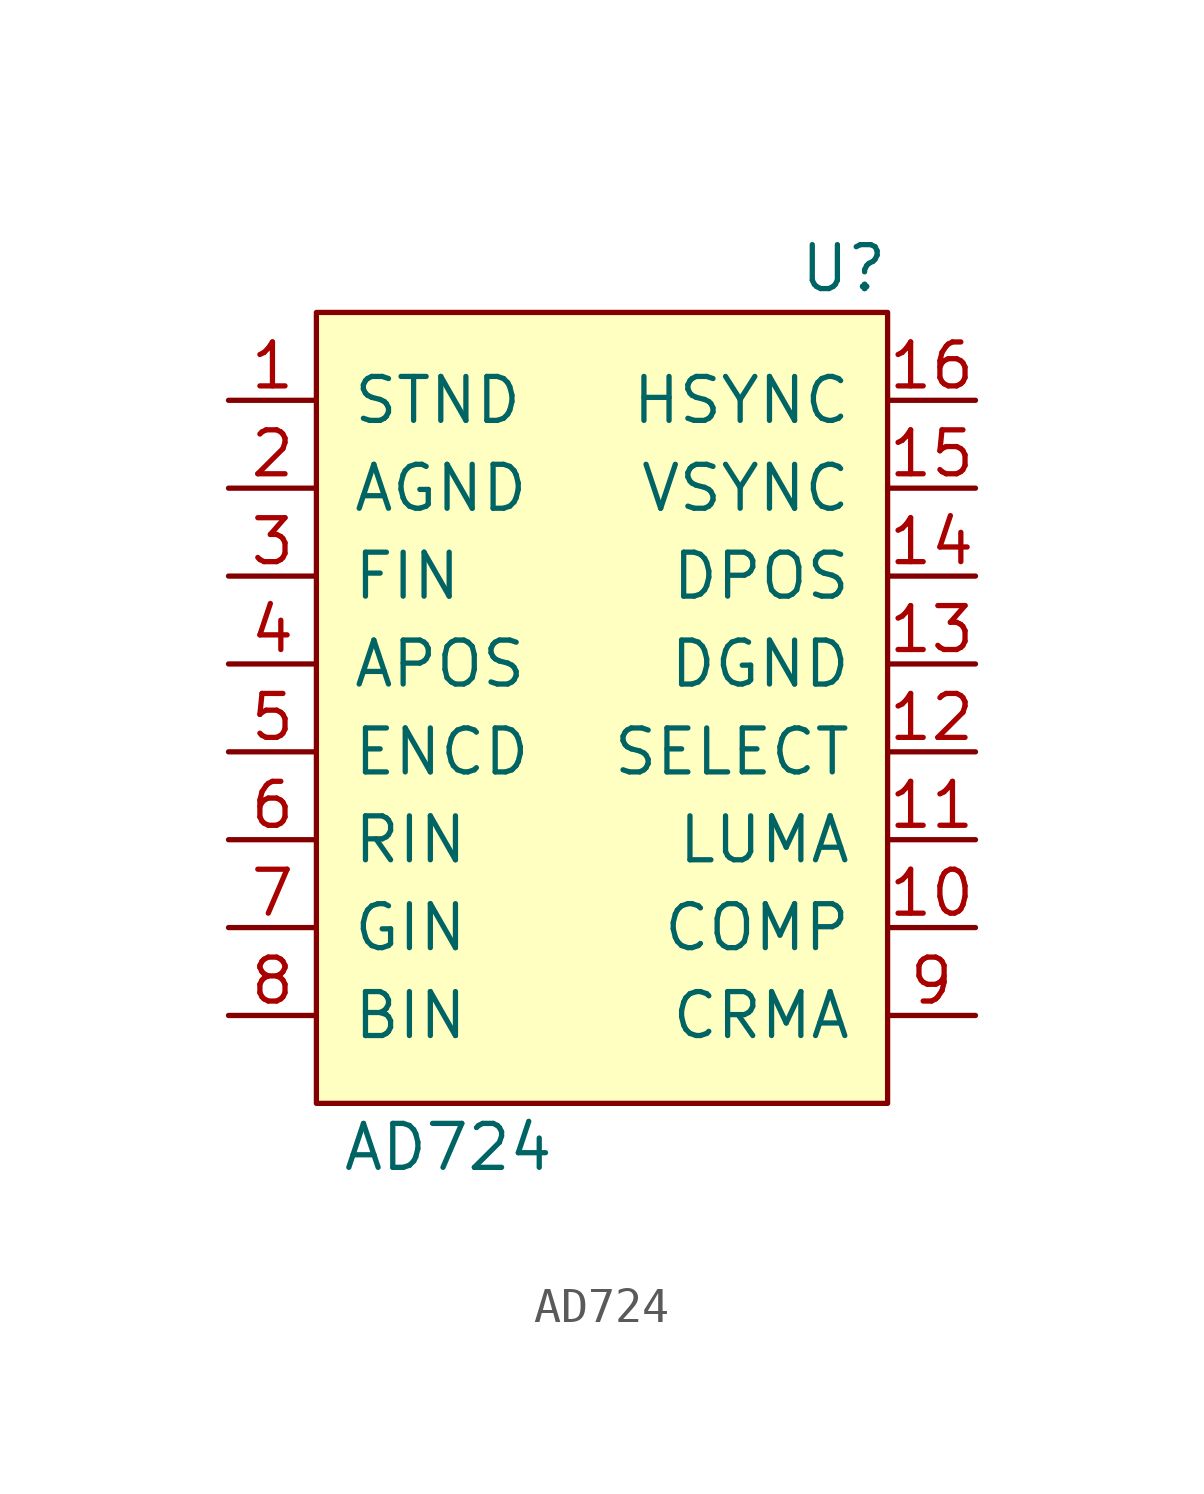
<source format=kicad_sym>
(kicad_symbol_lib
  (version 20241209)
  (generator "kicad_symbol_editor")
  (generator_version "9.0")
  (symbol "AD724"
    (pin_names
      (offset 1.016))
    (property "Reference" "U"
      (at 6.35 26.67 0)
      (effects (font (size 1.27 1.27))))
    (property "Value" "AD724"
      (at -5.08 1.27 0)
      (effects (font (size 1.27 1.27))))
    (symbol "AD724_0_1"
      (rectangle (start -8.89 25.4) (end 7.62 2.54) (stroke (width 0) (type solid)) (fill (type background))))
    (symbol "AD724_1_1"
      (pin input line (at -11.43 22.86 0) (length 2.54) (name "STND" (effects (font (size 1.27 1.27)))) (number "1" (effects (font (size 1.27 1.27)))))
      (pin input line (at -11.43 20.32 0) (length 2.54) (name "AGND" (effects (font (size 1.27 1.27)))) (number "2" (effects (font (size 1.27 1.27)))))
      (pin input line (at -11.43 17.78 0) (length 2.54) (name "FIN" (effects (font (size 1.27 1.27)))) (number "3" (effects (font (size 1.27 1.27)))))
      (pin input line (at -11.43 15.24 0) (length 2.54) (name "APOS" (effects (font (size 1.27 1.27)))) (number "4" (effects (font (size 1.27 1.27)))))
      (pin input line (at -11.43 12.7 0) (length 2.54) (name "ENCD" (effects (font (size 1.27 1.27)))) (number "5" (effects (font (size 1.27 1.27)))))
      (pin input line (at -11.43 10.16 0) (length 2.54) (name "RIN" (effects (font (size 1.27 1.27)))) (number "6" (effects (font (size 1.27 1.27)))))
      (pin input line (at -11.43 7.62 0) (length 2.54) (name "GIN" (effects (font (size 1.27 1.27)))) (number "7" (effects (font (size 1.27 1.27)))))
      (pin input line (at -11.43 5.08 0) (length 2.54) (name "BIN" (effects (font (size 1.27 1.27)))) (number "8" (effects (font (size 1.27 1.27)))))
      (pin input line (at 10.16 22.86 180) (length 2.54) (name "HSYNC" (effects (font (size 1.27 1.27)))) (number "16" (effects (font (size 1.27 1.27)))))
      (pin input line (at 10.16 20.32 180) (length 2.54) (name "VSYNC" (effects (font (size 1.27 1.27)))) (number "15" (effects (font (size 1.27 1.27)))))
      (pin input line (at 10.16 17.78 180) (length 2.54) (name "DPOS" (effects (font (size 1.27 1.27)))) (number "14" (effects (font (size 1.27 1.27)))))
      (pin input line (at 10.16 15.24 180) (length 2.54) (name "DGND" (effects (font (size 1.27 1.27)))) (number "13" (effects (font (size 1.27 1.27)))))
      (pin input line (at 10.16 12.7 180) (length 2.54) (name "SELECT" (effects (font (size 1.27 1.27)))) (number "12" (effects (font (size 1.27 1.27)))))
      (pin input line (at 10.16 10.16 180) (length 2.54) (name "LUMA" (effects (font (size 1.27 1.27)))) (number "11" (effects (font (size 1.27 1.27)))))
      (pin input line (at 10.16 7.62 180) (length 2.54) (name "COMP" (effects (font (size 1.27 1.27)))) (number "10" (effects (font (size 1.27 1.27)))))
      (pin input line (at 10.16 5.08 180) (length 2.54) (name "CRMA" (effects (font (size 1.27 1.27)))) (number "9" (effects (font (size 1.27 1.27))))))))
</source>
